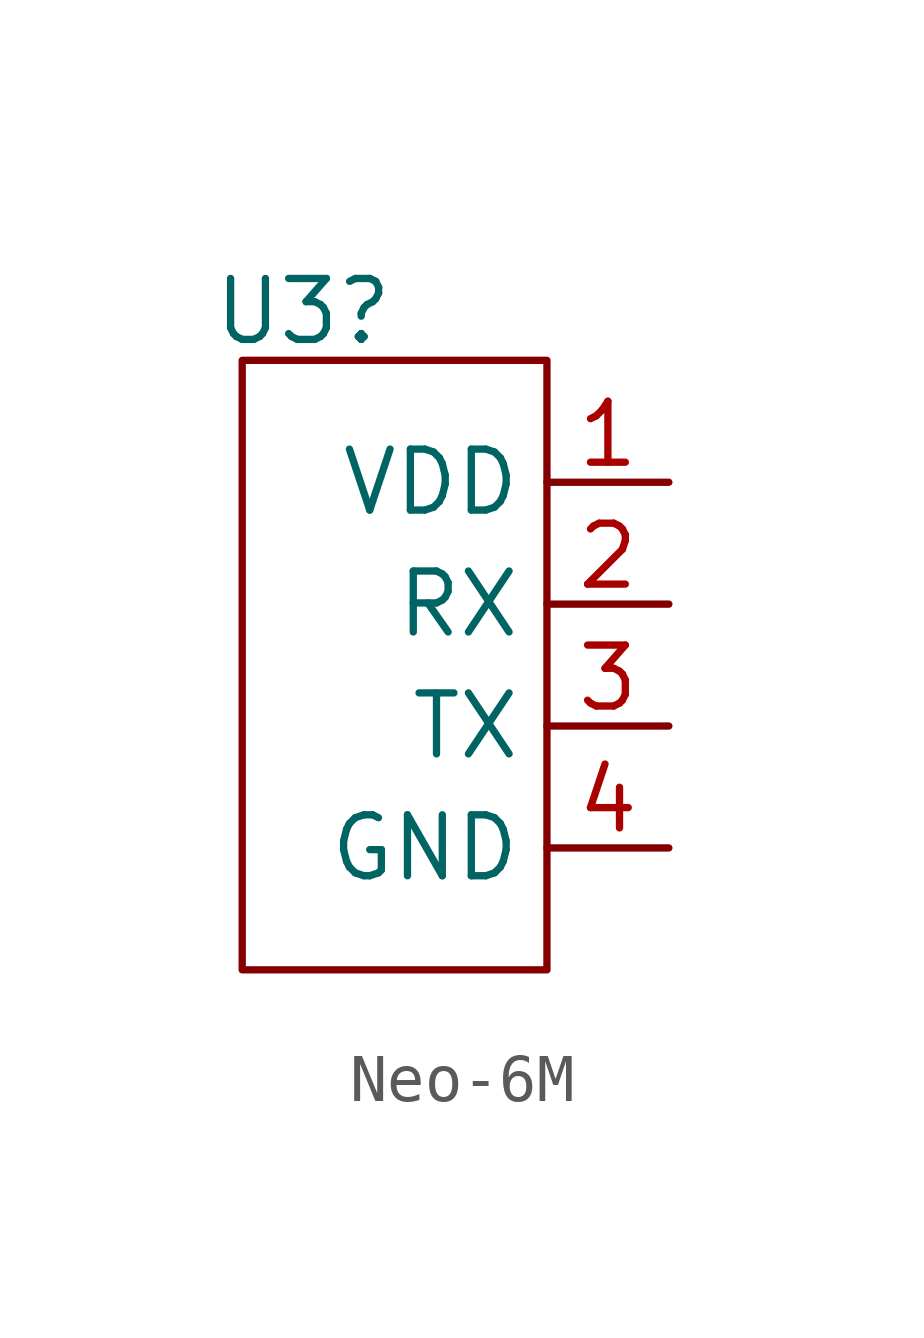
<source format=kicad_sym>
(kicad_symbol_lib
  (version 20231120)
  (generator "kicad_symbol_editor")
  (generator_version "8.0")
  (symbol "Neo-6M"
    (property "Reference" "U3"
      (at -1.27 3.556 0)
      (effects (font (size 1.27 1.27))))
    (property "Value" ""
      (at 3.81 0 0)
      (effects (font (size 1.27 1.27))))
    (symbol "Neo-6M_0_1"
      (rectangle (start -2.54 2.54) (end 3.81 -10.16) (stroke (width 0) (type default)) (fill (type none))))
    (symbol "Neo-6M_1_1"
      (pin power_in line (at 6.35 0 180) (length 2.54) (name "VDD" (effects (font (size 1.27 1.27)))) (number "1" (effects (font (size 1.27 1.27)))))
      (pin input line (at 6.35 -2.54 180) (length 2.54) (name "RX" (effects (font (size 1.27 1.27)))) (number "2" (effects (font (size 1.27 1.27)))))
      (pin output line (at 6.35 -5.08 180) (length 2.54) (name "TX" (effects (font (size 1.27 1.27)))) (number "3" (effects (font (size 1.27 1.27)))))
      (pin power_in line (at 6.35 -7.62 180) (length 2.54) (name "GND" (effects (font (size 1.27 1.27)))) (number "4" (effects (font (size 1.27 1.27))))))))
</source>
